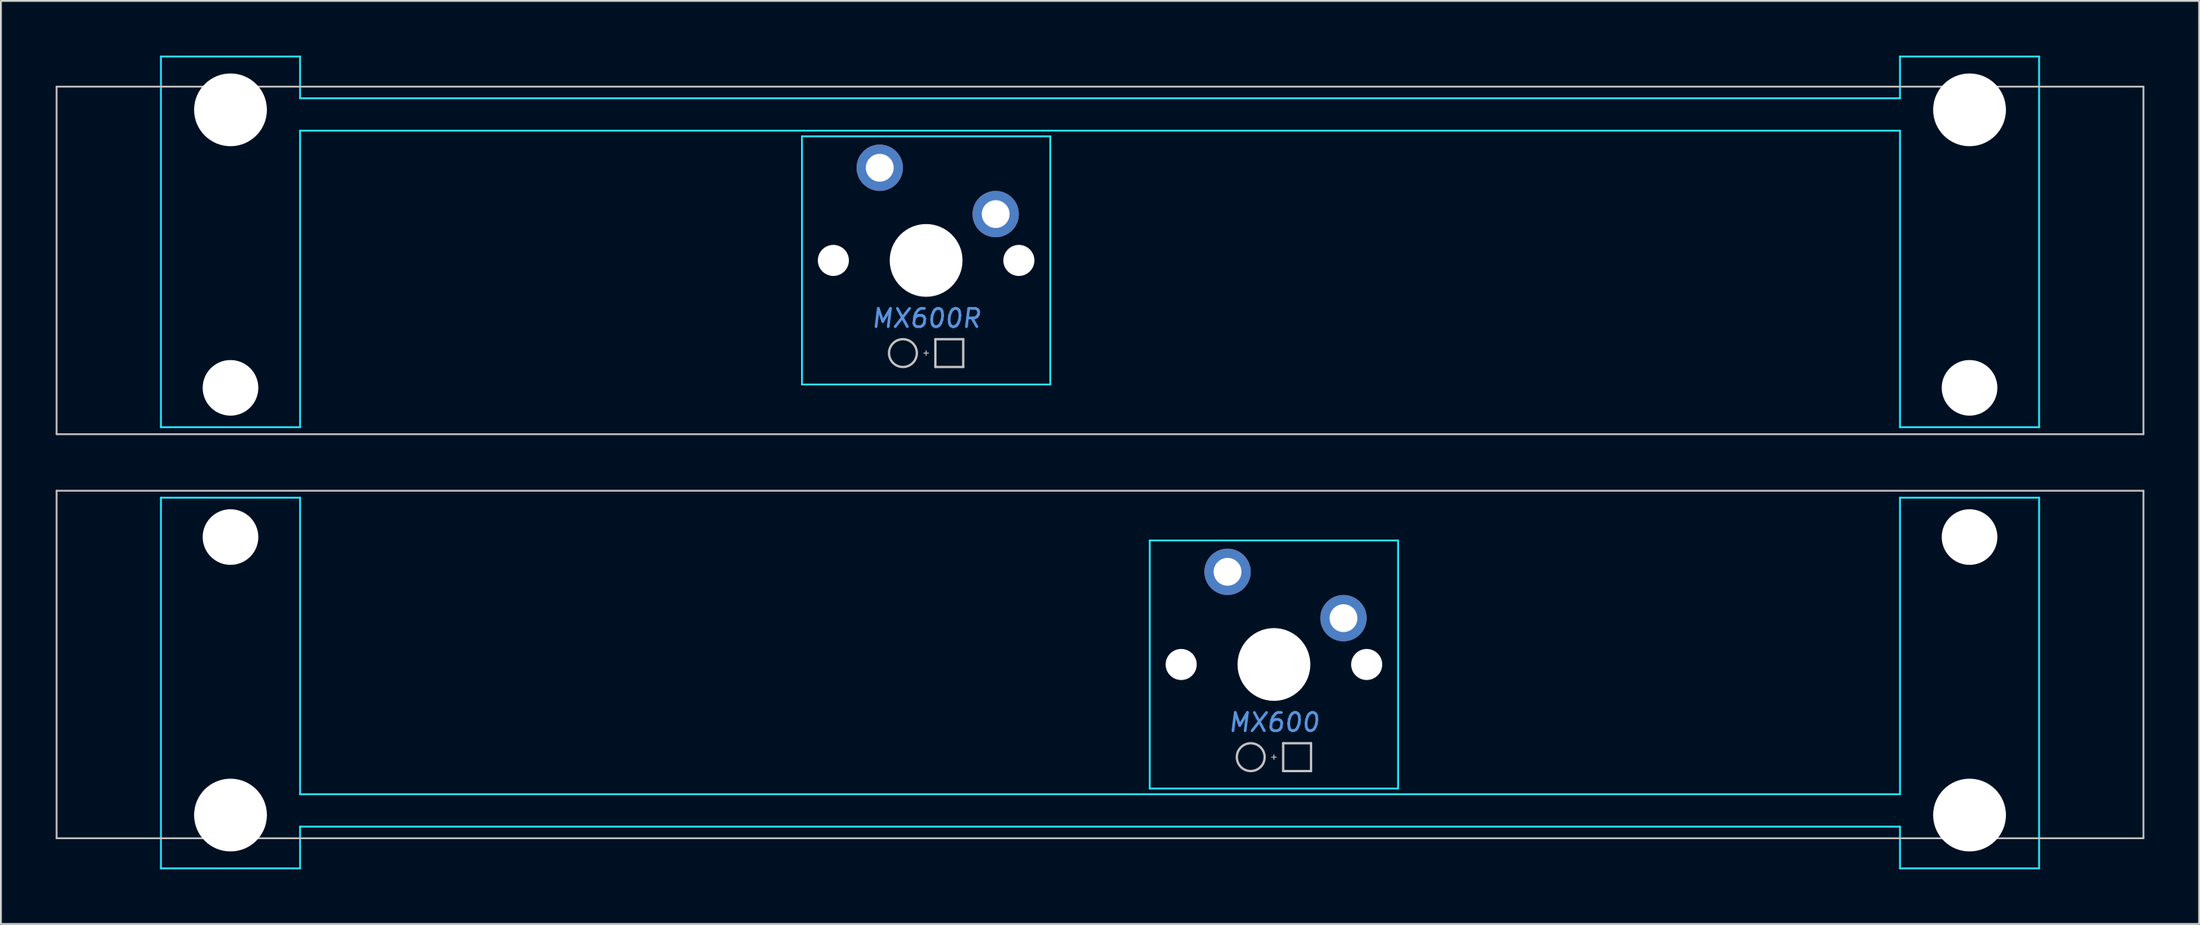
<source format=kicad_pcb>
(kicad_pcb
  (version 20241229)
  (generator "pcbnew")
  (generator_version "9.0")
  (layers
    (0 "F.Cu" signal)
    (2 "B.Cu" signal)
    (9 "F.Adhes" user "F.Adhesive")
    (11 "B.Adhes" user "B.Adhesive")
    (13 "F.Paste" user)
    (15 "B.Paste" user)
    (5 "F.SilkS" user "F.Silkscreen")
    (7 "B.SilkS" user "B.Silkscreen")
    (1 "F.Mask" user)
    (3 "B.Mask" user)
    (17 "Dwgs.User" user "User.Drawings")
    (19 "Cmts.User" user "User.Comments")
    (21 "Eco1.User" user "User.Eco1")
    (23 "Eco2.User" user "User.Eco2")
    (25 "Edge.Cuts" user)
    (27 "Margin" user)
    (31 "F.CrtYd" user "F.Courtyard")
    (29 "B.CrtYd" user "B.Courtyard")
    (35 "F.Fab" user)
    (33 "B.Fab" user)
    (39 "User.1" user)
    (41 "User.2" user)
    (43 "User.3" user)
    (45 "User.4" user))
  (footprint "MX600"
    (layer "F.Cu")
    (at 66.725 33.376)
    (property "Reference" "MX600" (at 0 3.175 0) (layer "Cmts.User") (effects (font (size 1 1) (thickness 0.15) (italic yes))))
    (attr through_hole)
    (fp_line (start -66.675 -9.525) (end -66.675 9.525) (stroke (width 0.1) (type solid)) (layer "Dwgs.User"))
    (fp_line (start -66.675 9.525) (end 47.625 9.525) (stroke (width 0.1) (type solid)) (layer "Dwgs.User"))
    (fp_line (start -0.127 5.08) (end 0.127 5.08) (stroke (width 0.051) (type solid)) (layer "Dwgs.User"))
    (fp_line (start 0 5.207) (end 0 4.953) (stroke (width 0.051) (type solid)) (layer "Dwgs.User"))
    (fp_line (start 0.508 4.318) (end 0.508 5.842) (stroke (width 0.127) (type solid)) (layer "Dwgs.User"))
    (fp_line (start 0.508 4.318) (end 2.032 4.318) (stroke (width 0.127) (type solid)) (layer "Dwgs.User"))
    (fp_line (start 0.508 5.842) (end 2.032 5.842) (stroke (width 0.127) (type solid)) (layer "Dwgs.User"))
    (fp_line (start 2.032 5.842) (end 2.032 4.318) (stroke (width 0.127) (type solid)) (layer "Dwgs.User"))
    (fp_line (start 47.625 -9.525) (end -66.675 -9.525) (stroke (width 0.1) (type solid)) (layer "Dwgs.User"))
    (fp_line (start 47.625 -9.525) (end 47.625 9.525) (stroke (width 0.1) (type solid)) (layer "Dwgs.User"))
    (fp_circle (center -1.27 5.08) (end -0.508 5.08) (stroke (width 0.127) (type solid)) (fill no) (layer "Dwgs.User"))
    (fp_line (start -60.65 -5.485) (end -60.65 8.515) (stroke (width 0.1) (type solid)) (layer "Eco1.User"))
    (fp_line (start -60.15 -5.985) (end -54.15 -5.985) (stroke (width 0.1) (type solid)) (layer "Eco1.User"))
    (fp_line (start -54.15 9.015) (end -60.15 9.015) (stroke (width 0.1) (type solid)) (layer "Eco1.User"))
    (fp_line (start -53.65 8.515) (end -53.65 -5.485) (stroke (width 0.1) (type solid)) (layer "Eco1.User"))
    (fp_line (start -7 -6.5) (end -7 6.5) (stroke (width 0.1) (type solid)) (layer "Eco1.User"))
    (fp_line (start -6.5 7) (end 6.5 7) (stroke (width 0.1) (type solid)) (layer "Eco1.User"))
    (fp_line (start 6.5 -7) (end -6.5 -7) (stroke (width 0.1) (type solid)) (layer "Eco1.User"))
    (fp_line (start 7 6.5) (end 7 -6.5) (stroke (width 0.1) (type solid)) (layer "Eco1.User"))
    (fp_line (start 34.6 -5.485) (end 34.6 8.515) (stroke (width 0.1) (type solid)) (layer "Eco1.User"))
    (fp_line (start 35.1 -5.985) (end 41.1 -5.985) (stroke (width 0.1) (type solid)) (layer "Eco1.User"))
    (fp_line (start 41.1 9.015) (end 35.1 9.015) (stroke (width 0.1) (type solid)) (layer "Eco1.User"))
    (fp_line (start 41.6 8.515) (end 41.6 -5.485) (stroke (width 0.1) (type solid)) (layer "Eco1.User"))
    (fp_arc (start -60.65 -5.485) (mid -60.503553 -5.838553) (end -60.15 -5.985) (stroke (width 0.1) (type solid)) (layer "Eco1.User"))
    (fp_arc (start -60.15 9.015) (mid -60.503553 8.868553) (end -60.65 8.515) (stroke (width 0.1) (type solid)) (layer "Eco1.User"))
    (fp_arc (start -54.15 -5.985) (mid -53.796447 -5.838553) (end -53.65 -5.485) (stroke (width 0.1) (type solid)) (layer "Eco1.User"))
    (fp_arc (start -53.65 8.515) (mid -53.796447 8.868553) (end -54.15 9.015) (stroke (width 0.1) (type solid)) (layer "Eco1.User"))
    (fp_arc (start -7 -6.5) (mid -6.853553 -6.853553) (end -6.5 -7) (stroke (width 0.1) (type solid)) (layer "Eco1.User"))
    (fp_arc (start -6.5 7) (mid -6.853553 6.853553) (end -7 6.5) (stroke (width 0.1) (type solid)) (layer "Eco1.User"))
    (fp_arc (start 6.5 -7) (mid 6.853553 -6.853553) (end 7 -6.5) (stroke (width 0.1) (type solid)) (layer "Eco1.User"))
    (fp_arc (start 7 6.5) (mid 6.853553 6.853553) (end 6.5 7) (stroke (width 0.1) (type solid)) (layer "Eco1.User"))
    (fp_arc (start 34.6 -5.485) (mid 34.746447 -5.838553) (end 35.1 -5.985) (stroke (width 0.1) (type solid)) (layer "Eco1.User"))
    (fp_arc (start 35.1 9.015) (mid 34.746447 8.868553) (end 34.6 8.515) (stroke (width 0.1) (type solid)) (layer "Eco1.User"))
    (fp_arc (start 41.1 -5.985) (mid 41.453553 -5.838553) (end 41.6 -5.485) (stroke (width 0.1) (type solid)) (layer "Eco1.User"))
    (fp_arc (start 41.6 8.515) (mid 41.453553 8.868553) (end 41.1 9.015) (stroke (width 0.1) (type solid)) (layer "Eco1.User"))
    (fp_line (start -60.96 -9.144) (end -60.96 11.176) (stroke (width 0.1) (type solid)) (layer "B.CrtYd"))
    (fp_line (start -60.96 -9.144) (end -53.34 -9.144) (stroke (width 0.1) (type solid)) (layer "B.CrtYd"))
    (fp_line (start -60.96 11.176) (end -53.34 11.176) (stroke (width 0.1) (type solid)) (layer "B.CrtYd"))
    (fp_line (start -53.34 7.112) (end -53.34 -9.144) (stroke (width 0.1) (type solid)) (layer "B.CrtYd"))
    (fp_line (start -53.34 7.112) (end 34.29 7.112) (stroke (width 0.1) (type solid)) (layer "B.CrtYd"))
    (fp_line (start -53.34 8.89) (end -53.34 11.176) (stroke (width 0.1) (type solid)) (layer "B.CrtYd"))
    (fp_line (start -53.34 8.89) (end 34.29 8.89) (stroke (width 0.1) (type solid)) (layer "B.CrtYd"))
    (fp_line (start -6.8 -6.8) (end -6.8 6.8) (stroke (width 0.1) (type solid)) (layer "B.CrtYd"))
    (fp_line (start -6.8 -6.8) (end 6.8 -6.8) (stroke (width 0.1) (type solid)) (layer "B.CrtYd"))
    (fp_line (start -6.8 6.8) (end 6.8 6.8) (stroke (width 0.1) (type solid)) (layer "B.CrtYd"))
    (fp_line (start 6.8 6.8) (end 6.8 -6.8) (stroke (width 0.1) (type solid)) (layer "B.CrtYd"))
    (fp_line (start 34.29 -9.144) (end 41.91 -9.144) (stroke (width 0.1) (type solid)) (layer "B.CrtYd"))
    (fp_line (start 34.29 7.112) (end 34.29 -9.144) (stroke (width 0.1) (type solid)) (layer "B.CrtYd"))
    (fp_line (start 34.29 8.89) (end 34.29 11.176) (stroke (width 0.1) (type solid)) (layer "B.CrtYd"))
    (fp_line (start 34.29 11.176) (end 41.91 11.176) (stroke (width 0.1) (type solid)) (layer "B.CrtYd"))
    (fp_line (start 41.91 -9.144) (end 41.91 11.176) (stroke (width 0.1) (type solid)) (layer "B.CrtYd"))
    (pad "" np_thru_hole circle (at -57.15 -6.985 180) (size 3.048 3.048) (drill 3.048) (layers "*.Cu" "*.Mask"))
    (pad "" np_thru_hole circle (at -57.15 8.255 180) (size 3.988 3.988) (drill 3.988) (layers "*.Cu" "*.Mask"))
    (pad "" np_thru_hole circle (at -5.08 0) (size 1.702 1.702) (drill 1.702) (layers "*.Cu" "*.Mask"))
    (pad "" np_thru_hole circle (at 0 0) (size 3.988 3.988) (drill 3.988) (layers "*.Cu" "*.Mask"))
    (pad "" np_thru_hole circle (at 5.08 0) (size 1.702 1.702) (drill 1.702) (layers "*.Cu" "*.Mask"))
    (pad "" np_thru_hole circle (at 38.1 -6.985 180) (size 3.048 3.048) (drill 3.048) (layers "*.Cu" "*.Mask"))
    (pad "" np_thru_hole circle (at 38.1 8.255 180) (size 3.988 3.988) (drill 3.988) (layers "*.Cu" "*.Mask"))
    (pad "1" thru_hole circle (at -2.54 -5.08) (size 2.54 2.54) (drill 1.524) (layers "*.Cu" "*.Mask"))
    (pad "2" thru_hole circle (at 3.81 -2.54) (size 2.54 2.54) (drill 1.524) (layers "*.Cu" "*.Mask")))
  (footprint "MX600R"
    (layer "F.Cu")
    (at 47.675 11.226)
    (property "Reference" "MX600R" (at 0 3.175 0) (layer "Cmts.User") (effects (font (size 1 1) (thickness 0.15) (italic yes))))
    (attr through_hole)
    (fp_line (start -47.625 -9.525) (end -47.625 9.525) (stroke (width 0.1) (type solid)) (layer "Dwgs.User"))
    (fp_line (start -47.625 -9.525) (end 66.675 -9.525) (stroke (width 0.1) (type solid)) (layer "Dwgs.User"))
    (fp_line (start -47.625 9.525) (end 66.675 9.525) (stroke (width 0.1) (type solid)) (layer "Dwgs.User"))
    (fp_line (start -0.127 5.08) (end 0.127 5.08) (stroke (width 0.051) (type solid)) (layer "Dwgs.User"))
    (fp_line (start 0 5.207) (end 0 4.953) (stroke (width 0.051) (type solid)) (layer "Dwgs.User"))
    (fp_line (start 0.508 4.318) (end 0.508 5.842) (stroke (width 0.127) (type solid)) (layer "Dwgs.User"))
    (fp_line (start 0.508 4.318) (end 2.032 4.318) (stroke (width 0.127) (type solid)) (layer "Dwgs.User"))
    (fp_line (start 0.508 5.842) (end 2.032 5.842) (stroke (width 0.127) (type solid)) (layer "Dwgs.User"))
    (fp_line (start 2.032 5.842) (end 2.032 4.318) (stroke (width 0.127) (type solid)) (layer "Dwgs.User"))
    (fp_line (start 66.675 -9.525) (end 66.675 9.525) (stroke (width 0.1) (type solid)) (layer "Dwgs.User"))
    (fp_circle (center -1.27 5.08) (end -0.508 5.08) (stroke (width 0.127) (type solid)) (fill no) (layer "Dwgs.User"))
    (fp_line (start -41.6 -8.515) (end -41.6 5.485) (stroke (width 0.1) (type solid)) (layer "Eco1.User"))
    (fp_line (start -41.1 -9.015) (end -35.1 -9.015) (stroke (width 0.1) (type solid)) (layer "Eco1.User"))
    (fp_line (start -35.1 5.985) (end -41.1 5.985) (stroke (width 0.1) (type solid)) (layer "Eco1.User"))
    (fp_line (start -34.6 5.485) (end -34.6 -8.515) (stroke (width 0.1) (type solid)) (layer "Eco1.User"))
    (fp_line (start -7 -6.5) (end -7 6.5) (stroke (width 0.1) (type solid)) (layer "Eco1.User"))
    (fp_line (start -6.5 7) (end 6.5 7) (stroke (width 0.1) (type solid)) (layer "Eco1.User"))
    (fp_line (start 6.5 -7) (end -6.5 -7) (stroke (width 0.1) (type solid)) (layer "Eco1.User"))
    (fp_line (start 7 6.5) (end 7 -6.5) (stroke (width 0.1) (type solid)) (layer "Eco1.User"))
    (fp_line (start 53.65 -8.515) (end 53.65 5.485) (stroke (width 0.1) (type solid)) (layer "Eco1.User"))
    (fp_line (start 54.15 -9.015) (end 60.15 -9.015) (stroke (width 0.1) (type solid)) (layer "Eco1.User"))
    (fp_line (start 60.15 5.985) (end 54.15 5.985) (stroke (width 0.1) (type solid)) (layer "Eco1.User"))
    (fp_line (start 60.65 5.485) (end 60.65 -8.515) (stroke (width 0.1) (type solid)) (layer "Eco1.User"))
    (fp_arc (start -41.6 -8.515) (mid -41.453553 -8.868553) (end -41.1 -9.015) (stroke (width 0.1) (type solid)) (layer "Eco1.User"))
    (fp_arc (start -35.1 -9.015) (mid -34.746447 -8.868553) (end -34.6 -8.515) (stroke (width 0.1) (type solid)) (layer "Eco1.User"))
    (fp_arc (start -34.6 5.485) (mid -34.746447 5.838553) (end -35.1 5.985) (stroke (width 0.1) (type solid)) (layer "Eco1.User"))
    (fp_arc (start -7 -6.5) (mid -6.853553 -6.853553) (end -6.5 -7) (stroke (width 0.1) (type solid)) (layer "Eco1.User"))
    (fp_arc (start -6.5 7) (mid -6.853553 6.853553) (end -7 6.5) (stroke (width 0.1) (type solid)) (layer "Eco1.User"))
    (fp_arc (start 6.5 -7) (mid 6.853553 -6.853553) (end 7 -6.5) (stroke (width 0.1) (type solid)) (layer "Eco1.User"))
    (fp_arc (start 7 6.5) (mid 6.853553 6.853553) (end 6.5 7) (stroke (width 0.1) (type solid)) (layer "Eco1.User"))
    (fp_arc (start 53.65 -8.515) (mid 53.796447 -8.868553) (end 54.15 -9.015) (stroke (width 0.1) (type solid)) (layer "Eco1.User"))
    (fp_arc (start 54.15 5.985) (mid 53.796447 5.838553) (end 53.65 5.485) (stroke (width 0.1) (type solid)) (layer "Eco1.User"))
    (fp_arc (start 60.15 -9.015) (mid 60.503553 -8.868553) (end 60.65 -8.515) (stroke (width 0.1) (type solid)) (layer "Eco1.User"))
    (fp_arc (start 60.65 5.485) (mid 60.503553 5.838553) (end 60.15 5.985) (stroke (width 0.1) (type solid)) (layer "Eco1.User"))
    (fp_line (start -41.91 9.144) (end -41.91 -11.176) (stroke (width 0.1) (type solid)) (layer "B.CrtYd"))
    (fp_line (start -34.29 -11.176) (end -41.91 -11.176) (stroke (width 0.1) (type solid)) (layer "B.CrtYd"))
    (fp_line (start -34.29 -8.89) (end -34.29 -11.176) (stroke (width 0.1) (type solid)) (layer "B.CrtYd"))
    (fp_line (start -34.29 -7.112) (end -34.29 9.144) (stroke (width 0.1) (type solid)) (layer "B.CrtYd"))
    (fp_line (start -34.29 9.144) (end -41.91 9.144) (stroke (width 0.1) (type solid)) (layer "B.CrtYd"))
    (fp_line (start -6.8 -6.8) (end -6.8 6.8) (stroke (width 0.1) (type solid)) (layer "B.CrtYd"))
    (fp_line (start -6.8 -6.8) (end 6.8 -6.8) (stroke (width 0.1) (type solid)) (layer "B.CrtYd"))
    (fp_line (start -6.8 6.8) (end 6.8 6.8) (stroke (width 0.1) (type solid)) (layer "B.CrtYd"))
    (fp_line (start 6.8 6.8) (end 6.8 -6.8) (stroke (width 0.1) (type solid)) (layer "B.CrtYd"))
    (fp_line (start 53.34 -8.89) (end -34.29 -8.89) (stroke (width 0.1) (type solid)) (layer "B.CrtYd"))
    (fp_line (start 53.34 -8.89) (end 53.34 -11.176) (stroke (width 0.1) (type solid)) (layer "B.CrtYd"))
    (fp_line (start 53.34 -7.112) (end -34.29 -7.112) (stroke (width 0.1) (type solid)) (layer "B.CrtYd"))
    (fp_line (start 53.34 -7.112) (end 53.34 9.144) (stroke (width 0.1) (type solid)) (layer "B.CrtYd"))
    (fp_line (start 60.96 -11.176) (end 53.34 -11.176) (stroke (width 0.1) (type solid)) (layer "B.CrtYd"))
    (fp_line (start 60.96 9.144) (end 53.34 9.144) (stroke (width 0.1) (type solid)) (layer "B.CrtYd"))
    (fp_line (start 60.96 9.144) (end 60.96 -11.176) (stroke (width 0.1) (type solid)) (layer "B.CrtYd"))
    (pad "" np_thru_hole circle (at -38.1 -8.255) (size 3.988 3.988) (drill 3.988) (layers "*.Cu" "*.Mask"))
    (pad "" np_thru_hole circle (at -38.1 6.985) (size 3.048 3.048) (drill 3.048) (layers "*.Cu" "*.Mask"))
    (pad "" np_thru_hole circle (at -5.08 0) (size 1.702 1.702) (drill 1.702) (layers "*.Cu" "*.Mask"))
    (pad "" np_thru_hole circle (at 0 0) (size 3.988 3.988) (drill 3.988) (layers "*.Cu" "*.Mask"))
    (pad "" np_thru_hole circle (at 5.08 0) (size 1.702 1.702) (drill 1.702) (layers "*.Cu" "*.Mask"))
    (pad "" np_thru_hole circle (at 57.15 -8.255) (size 3.988 3.988) (drill 3.988) (layers "*.Cu" "*.Mask"))
    (pad "" np_thru_hole circle (at 57.15 6.985) (size 3.048 3.048) (drill 3.048) (layers "*.Cu" "*.Mask"))
    (pad "1" thru_hole circle (at -2.54 -5.08) (size 2.54 2.54) (drill 1.524) (layers "*.Cu" "*.Mask"))
    (pad "2" thru_hole circle (at 3.81 -2.54) (size 2.54 2.54) (drill 1.524) (layers "*.Cu" "*.Mask")))
  (gr_rect
    (start -3 -3)
    (end 117.4 47.602)
    (stroke (width 0.1) (type default))
    (fill no)
    (layer "Edge.Cuts")))
</source>
